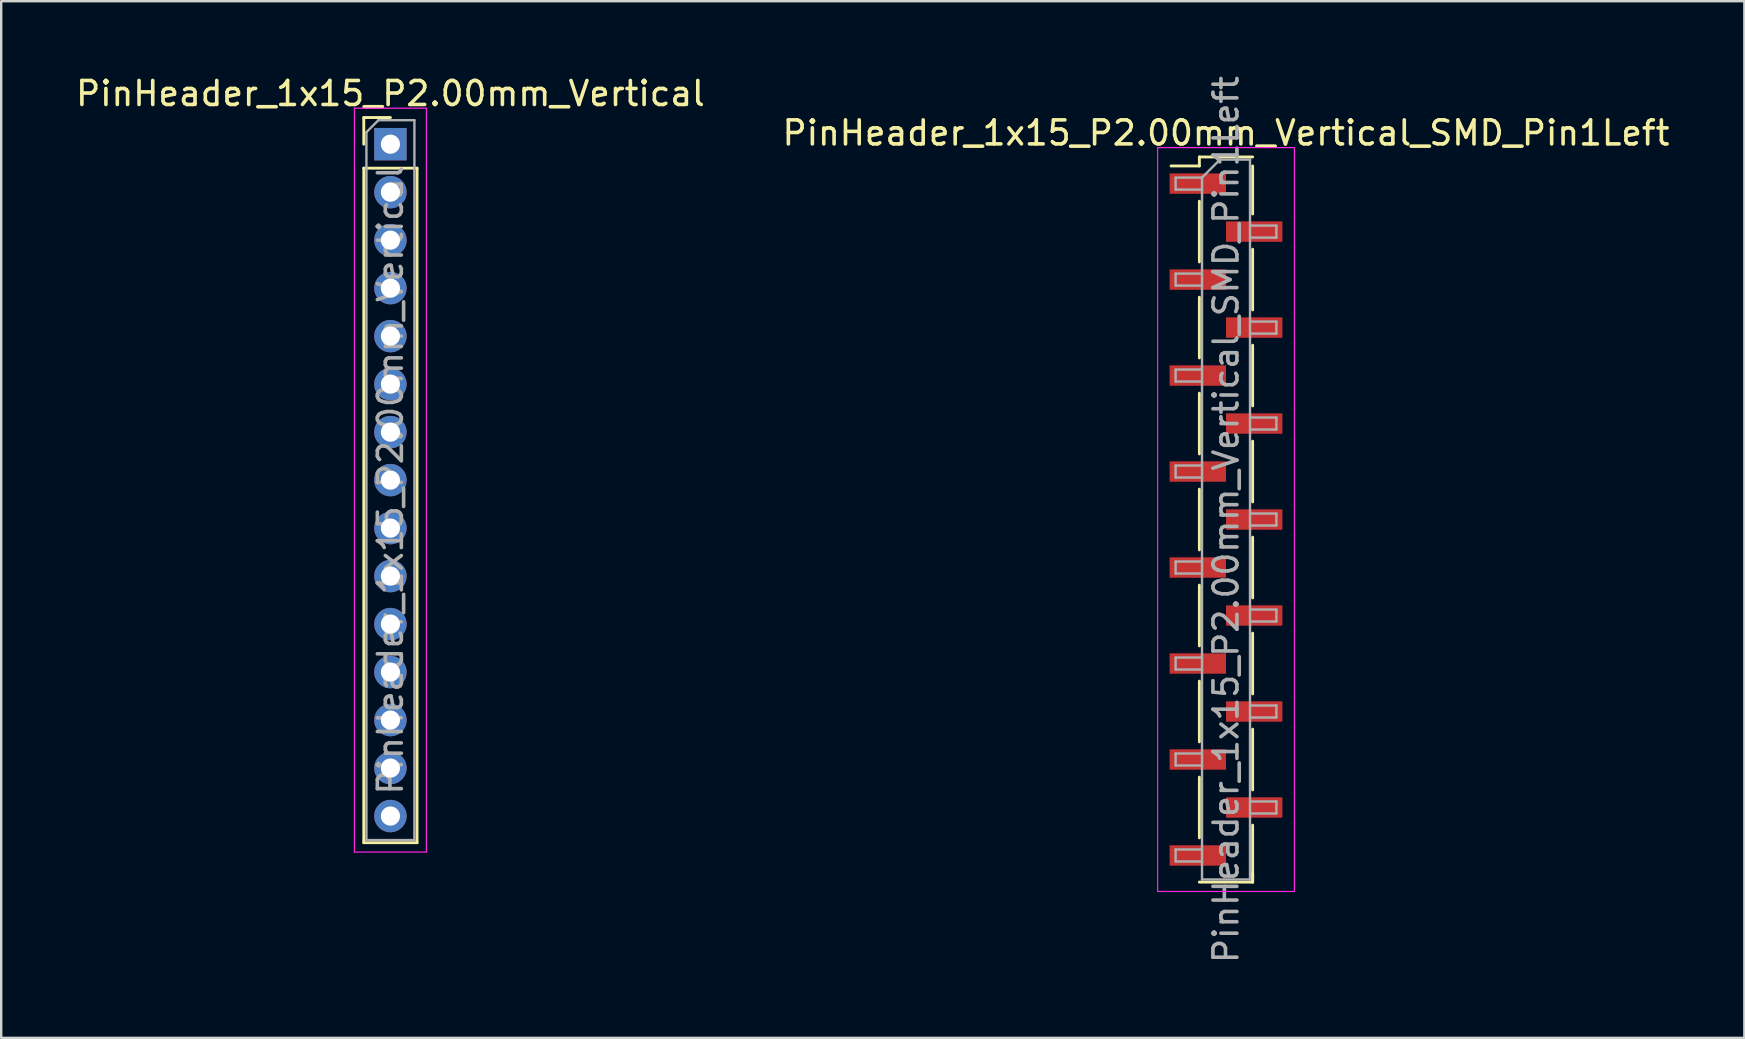
<source format=kicad_pcb>
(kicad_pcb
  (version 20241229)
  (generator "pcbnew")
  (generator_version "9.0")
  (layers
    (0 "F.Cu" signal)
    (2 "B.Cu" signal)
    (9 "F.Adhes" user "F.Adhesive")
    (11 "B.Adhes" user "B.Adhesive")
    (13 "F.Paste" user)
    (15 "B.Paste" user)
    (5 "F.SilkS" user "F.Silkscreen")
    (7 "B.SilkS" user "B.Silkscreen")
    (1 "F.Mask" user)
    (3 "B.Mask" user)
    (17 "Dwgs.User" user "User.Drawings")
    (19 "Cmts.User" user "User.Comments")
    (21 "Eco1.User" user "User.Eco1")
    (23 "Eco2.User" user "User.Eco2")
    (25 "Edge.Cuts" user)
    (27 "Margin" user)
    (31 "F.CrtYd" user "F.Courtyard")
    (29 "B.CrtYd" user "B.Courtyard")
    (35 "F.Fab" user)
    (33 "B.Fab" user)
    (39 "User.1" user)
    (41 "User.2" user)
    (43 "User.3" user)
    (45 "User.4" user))
  (footprint "PinHeader_1x15_P2.00mm_Vertical"
    (layer "F.Cu")
    (at 13.22 2.958)
    (property "Reference" "PinHeader_1x15_P2.00mm_Vertical" (at 0 -2.11 0) (layer "F.SilkS") (effects (font (size 1 1) (thickness 0.15))))
    (attr through_hole)
    (fp_line (start -1.11 -1.11) (end 0 -1.11) (stroke (width 0.12) (type solid)) (layer "F.SilkS"))
    (fp_line (start -1.11 0) (end -1.11 -1.11) (stroke (width 0.12) (type solid)) (layer "F.SilkS"))
    (fp_line (start -1.11 1) (end -1.11 29.11) (stroke (width 0.12) (type solid)) (layer "F.SilkS"))
    (fp_line (start -1.11 1) (end 1.11 1) (stroke (width 0.12) (type solid)) (layer "F.SilkS"))
    (fp_line (start -1.11 29.11) (end 1.11 29.11) (stroke (width 0.12) (type solid)) (layer "F.SilkS"))
    (fp_line (start 1.11 1) (end 1.11 29.11) (stroke (width 0.12) (type solid)) (layer "F.SilkS"))
    (fp_line (start -1.5 -1.5) (end -1.5 29.5) (stroke (width 0.05) (type solid)) (layer "F.CrtYd"))
    (fp_line (start -1.5 29.5) (end 1.5 29.5) (stroke (width 0.05) (type solid)) (layer "F.CrtYd"))
    (fp_line (start 1.5 -1.5) (end -1.5 -1.5) (stroke (width 0.05) (type solid)) (layer "F.CrtYd"))
    (fp_line (start 1.5 29.5) (end 1.5 -1.5) (stroke (width 0.05) (type solid)) (layer "F.CrtYd"))
    (fp_line (start -1 -0.5) (end -0.5 -1) (stroke (width 0.1) (type solid)) (layer "F.Fab"))
    (fp_line (start -1 29) (end -1 -0.5) (stroke (width 0.1) (type solid)) (layer "F.Fab"))
    (fp_line (start -0.5 -1) (end 1 -1) (stroke (width 0.1) (type solid)) (layer "F.Fab"))
    (fp_line (start 1 -1) (end 1 29) (stroke (width 0.1) (type solid)) (layer "F.Fab"))
    (fp_line (start 1 29) (end -1 29) (stroke (width 0.1) (type solid)) (layer "F.Fab"))
    (fp_text user "${REFERENCE}" (at 0 14 90) (layer "F.Fab") (effects (font (size 1 1) (thickness 0.15))))
    (pad "1" thru_hole rect (at 0 0) (size 1.35 1.35) (drill 0.8) (layers "*.Cu" "*.Mask"))
    (pad "2" thru_hole circle (at 0 2) (size 1.35 1.35) (drill 0.8) (layers "*.Cu" "*.Mask"))
    (pad "3" thru_hole circle (at 0 4) (size 1.35 1.35) (drill 0.8) (layers "*.Cu" "*.Mask"))
    (pad "4" thru_hole circle (at 0 6) (size 1.35 1.35) (drill 0.8) (layers "*.Cu" "*.Mask"))
    (pad "5" thru_hole circle (at 0 8) (size 1.35 1.35) (drill 0.8) (layers "*.Cu" "*.Mask"))
    (pad "6" thru_hole circle (at 0 10) (size 1.35 1.35) (drill 0.8) (layers "*.Cu" "*.Mask"))
    (pad "7" thru_hole circle (at 0 12) (size 1.35 1.35) (drill 0.8) (layers "*.Cu" "*.Mask"))
    (pad "8" thru_hole circle (at 0 14) (size 1.35 1.35) (drill 0.8) (layers "*.Cu" "*.Mask"))
    (pad "9" thru_hole circle (at 0 16) (size 1.35 1.35) (drill 0.8) (layers "*.Cu" "*.Mask"))
    (pad "10" thru_hole circle (at 0 18) (size 1.35 1.35) (drill 0.8) (layers "*.Cu" "*.Mask"))
    (pad "11" thru_hole circle (at 0 20) (size 1.35 1.35) (drill 0.8) (layers "*.Cu" "*.Mask"))
    (pad "12" thru_hole circle (at 0 22) (size 1.35 1.35) (drill 0.8) (layers "*.Cu" "*.Mask"))
    (pad "13" thru_hole circle (at 0 24) (size 1.35 1.35) (drill 0.8) (layers "*.Cu" "*.Mask"))
    (pad "14" thru_hole circle (at 0 26) (size 1.35 1.35) (drill 0.8) (layers "*.Cu" "*.Mask"))
    (pad "15" thru_hole circle (at 0 28) (size 1.35 1.35) (drill 0.8) (layers "*.Cu" "*.Mask")))
  (footprint "PinHeader_1x15_P2.00mm_Vertical_SMD_Pin1Left"
    (layer "F.Cu")
    (at 48.042 18.601)
    (property "Reference" "PinHeader_1x15_P2.00mm_Vertical_SMD_Pin1Left" (at 0 -16.11 0) (layer "F.SilkS") (effects (font (size 1 1) (thickness 0.15))))
    (attr smd)
    (fp_line (start -1.11 -15.11) (end -1.11 -14.735) (stroke (width 0.12) (type solid)) (layer "F.SilkS"))
    (fp_line (start -1.11 -15.11) (end 1.11 -15.11) (stroke (width 0.12) (type solid)) (layer "F.SilkS"))
    (fp_line (start -1.11 -14.735) (end -2.29 -14.735) (stroke (width 0.12) (type solid)) (layer "F.SilkS"))
    (fp_line (start -1.11 -13.265) (end -1.11 -10.735) (stroke (width 0.12) (type solid)) (layer "F.SilkS"))
    (fp_line (start -1.11 -9.265) (end -1.11 -6.735) (stroke (width 0.12) (type solid)) (layer "F.SilkS"))
    (fp_line (start -1.11 -5.265) (end -1.11 -2.735) (stroke (width 0.12) (type solid)) (layer "F.SilkS"))
    (fp_line (start -1.11 -1.265) (end -1.11 1.265) (stroke (width 0.12) (type solid)) (layer "F.SilkS"))
    (fp_line (start -1.11 2.735) (end -1.11 5.265) (stroke (width 0.12) (type solid)) (layer "F.SilkS"))
    (fp_line (start -1.11 6.735) (end -1.11 9.265) (stroke (width 0.12) (type solid)) (layer "F.SilkS"))
    (fp_line (start -1.11 10.735) (end -1.11 13.265) (stroke (width 0.12) (type solid)) (layer "F.SilkS"))
    (fp_line (start -1.11 15.11) (end 1.11 15.11) (stroke (width 0.12) (type solid)) (layer "F.SilkS"))
    (fp_line (start 1.11 -14.735) (end 1.11 -12.735) (stroke (width 0.12) (type solid)) (layer "F.SilkS"))
    (fp_line (start 1.11 -11.265) (end 1.11 -8.735) (stroke (width 0.12) (type solid)) (layer "F.SilkS"))
    (fp_line (start 1.11 -7.265) (end 1.11 -4.735) (stroke (width 0.12) (type solid)) (layer "F.SilkS"))
    (fp_line (start 1.11 -3.265) (end 1.11 -0.735) (stroke (width 0.12) (type solid)) (layer "F.SilkS"))
    (fp_line (start 1.11 0.735) (end 1.11 3.265) (stroke (width 0.12) (type solid)) (layer "F.SilkS"))
    (fp_line (start 1.11 4.735) (end 1.11 7.265) (stroke (width 0.12) (type solid)) (layer "F.SilkS"))
    (fp_line (start 1.11 8.735) (end 1.11 11.265) (stroke (width 0.12) (type solid)) (layer "F.SilkS"))
    (fp_line (start 1.11 12.735) (end 1.11 15.11) (stroke (width 0.12) (type solid)) (layer "F.SilkS"))
    (fp_line (start 1.11 14.735) (end 1.11 15.11) (stroke (width 0.12) (type solid)) (layer "F.SilkS"))
    (fp_line (start -2.85 -15.5) (end -2.85 15.5) (stroke (width 0.05) (type solid)) (layer "F.CrtYd"))
    (fp_line (start -2.85 15.5) (end 2.85 15.5) (stroke (width 0.05) (type solid)) (layer "F.CrtYd"))
    (fp_line (start 2.85 -15.5) (end -2.85 -15.5) (stroke (width 0.05) (type solid)) (layer "F.CrtYd"))
    (fp_line (start 2.85 15.5) (end 2.85 -15.5) (stroke (width 0.05) (type solid)) (layer "F.CrtYd"))
    (fp_line (start -2.1 -14.25) (end -2.1 -13.75) (stroke (width 0.1) (type solid)) (layer "F.Fab"))
    (fp_line (start -2.1 -13.75) (end -1 -13.75) (stroke (width 0.1) (type solid)) (layer "F.Fab"))
    (fp_line (start -2.1 -10.25) (end -2.1 -9.75) (stroke (width 0.1) (type solid)) (layer "F.Fab"))
    (fp_line (start -2.1 -9.75) (end -1 -9.75) (stroke (width 0.1) (type solid)) (layer "F.Fab"))
    (fp_line (start -2.1 -6.25) (end -2.1 -5.75) (stroke (width 0.1) (type solid)) (layer "F.Fab"))
    (fp_line (start -2.1 -5.75) (end -1 -5.75) (stroke (width 0.1) (type solid)) (layer "F.Fab"))
    (fp_line (start -2.1 -2.25) (end -2.1 -1.75) (stroke (width 0.1) (type solid)) (layer "F.Fab"))
    (fp_line (start -2.1 -1.75) (end -1 -1.75) (stroke (width 0.1) (type solid)) (layer "F.Fab"))
    (fp_line (start -2.1 1.75) (end -2.1 2.25) (stroke (width 0.1) (type solid)) (layer "F.Fab"))
    (fp_line (start -2.1 2.25) (end -1 2.25) (stroke (width 0.1) (type solid)) (layer "F.Fab"))
    (fp_line (start -2.1 5.75) (end -2.1 6.25) (stroke (width 0.1) (type solid)) (layer "F.Fab"))
    (fp_line (start -2.1 6.25) (end -1 6.25) (stroke (width 0.1) (type solid)) (layer "F.Fab"))
    (fp_line (start -2.1 9.75) (end -2.1 10.25) (stroke (width 0.1) (type solid)) (layer "F.Fab"))
    (fp_line (start -2.1 10.25) (end -1 10.25) (stroke (width 0.1) (type solid)) (layer "F.Fab"))
    (fp_line (start -2.1 13.75) (end -2.1 14.25) (stroke (width 0.1) (type solid)) (layer "F.Fab"))
    (fp_line (start -2.1 14.25) (end -1 14.25) (stroke (width 0.1) (type solid)) (layer "F.Fab"))
    (fp_line (start -1 -14.25) (end -2.1 -14.25) (stroke (width 0.1) (type solid)) (layer "F.Fab"))
    (fp_line (start -1 -14.25) (end -0.25 -15) (stroke (width 0.1) (type solid)) (layer "F.Fab"))
    (fp_line (start -1 -10.25) (end -2.1 -10.25) (stroke (width 0.1) (type solid)) (layer "F.Fab"))
    (fp_line (start -1 -6.25) (end -2.1 -6.25) (stroke (width 0.1) (type solid)) (layer "F.Fab"))
    (fp_line (start -1 -2.25) (end -2.1 -2.25) (stroke (width 0.1) (type solid)) (layer "F.Fab"))
    (fp_line (start -1 1.75) (end -2.1 1.75) (stroke (width 0.1) (type solid)) (layer "F.Fab"))
    (fp_line (start -1 5.75) (end -2.1 5.75) (stroke (width 0.1) (type solid)) (layer "F.Fab"))
    (fp_line (start -1 9.75) (end -2.1 9.75) (stroke (width 0.1) (type solid)) (layer "F.Fab"))
    (fp_line (start -1 13.75) (end -2.1 13.75) (stroke (width 0.1) (type solid)) (layer "F.Fab"))
    (fp_line (start -1 15) (end -1 -14.25) (stroke (width 0.1) (type solid)) (layer "F.Fab"))
    (fp_line (start -0.25 -15) (end 1 -15) (stroke (width 0.1) (type solid)) (layer "F.Fab"))
    (fp_line (start 1 -15) (end 1 15) (stroke (width 0.1) (type solid)) (layer "F.Fab"))
    (fp_line (start 1 -12.25) (end 2.1 -12.25) (stroke (width 0.1) (type solid)) (layer "F.Fab"))
    (fp_line (start 1 -8.25) (end 2.1 -8.25) (stroke (width 0.1) (type solid)) (layer "F.Fab"))
    (fp_line (start 1 -4.25) (end 2.1 -4.25) (stroke (width 0.1) (type solid)) (layer "F.Fab"))
    (fp_line (start 1 -0.25) (end 2.1 -0.25) (stroke (width 0.1) (type solid)) (layer "F.Fab"))
    (fp_line (start 1 3.75) (end 2.1 3.75) (stroke (width 0.1) (type solid)) (layer "F.Fab"))
    (fp_line (start 1 7.75) (end 2.1 7.75) (stroke (width 0.1) (type solid)) (layer "F.Fab"))
    (fp_line (start 1 11.75) (end 2.1 11.75) (stroke (width 0.1) (type solid)) (layer "F.Fab"))
    (fp_line (start 1 15) (end -1 15) (stroke (width 0.1) (type solid)) (layer "F.Fab"))
    (fp_line (start 2.1 -12.25) (end 2.1 -11.75) (stroke (width 0.1) (type solid)) (layer "F.Fab"))
    (fp_line (start 2.1 -11.75) (end 1 -11.75) (stroke (width 0.1) (type solid)) (layer "F.Fab"))
    (fp_line (start 2.1 -8.25) (end 2.1 -7.75) (stroke (width 0.1) (type solid)) (layer "F.Fab"))
    (fp_line (start 2.1 -7.75) (end 1 -7.75) (stroke (width 0.1) (type solid)) (layer "F.Fab"))
    (fp_line (start 2.1 -4.25) (end 2.1 -3.75) (stroke (width 0.1) (type solid)) (layer "F.Fab"))
    (fp_line (start 2.1 -3.75) (end 1 -3.75) (stroke (width 0.1) (type solid)) (layer "F.Fab"))
    (fp_line (start 2.1 -0.25) (end 2.1 0.25) (stroke (width 0.1) (type solid)) (layer "F.Fab"))
    (fp_line (start 2.1 0.25) (end 1 0.25) (stroke (width 0.1) (type solid)) (layer "F.Fab"))
    (fp_line (start 2.1 3.75) (end 2.1 4.25) (stroke (width 0.1) (type solid)) (layer "F.Fab"))
    (fp_line (start 2.1 4.25) (end 1 4.25) (stroke (width 0.1) (type solid)) (layer "F.Fab"))
    (fp_line (start 2.1 7.75) (end 2.1 8.25) (stroke (width 0.1) (type solid)) (layer "F.Fab"))
    (fp_line (start 2.1 8.25) (end 1 8.25) (stroke (width 0.1) (type solid)) (layer "F.Fab"))
    (fp_line (start 2.1 11.75) (end 2.1 12.25) (stroke (width 0.1) (type solid)) (layer "F.Fab"))
    (fp_line (start 2.1 12.25) (end 1 12.25) (stroke (width 0.1) (type solid)) (layer "F.Fab"))
    (fp_text user "${REFERENCE}" (at 0 0 90) (layer "F.Fab") (effects (font (size 1 1) (thickness 0.15))))
    (pad "1" smd rect (at -1.175 -14) (size 2.35 0.85) (layers "F.Cu" "F.Mask" "F.Paste"))
    (pad "2" smd rect (at 1.175 -12) (size 2.35 0.85) (layers "F.Cu" "F.Mask" "F.Paste"))
    (pad "3" smd rect (at -1.175 -10) (size 2.35 0.85) (layers "F.Cu" "F.Mask" "F.Paste"))
    (pad "4" smd rect (at 1.175 -8) (size 2.35 0.85) (layers "F.Cu" "F.Mask" "F.Paste"))
    (pad "5" smd rect (at -1.175 -6) (size 2.35 0.85) (layers "F.Cu" "F.Mask" "F.Paste"))
    (pad "6" smd rect (at 1.175 -4) (size 2.35 0.85) (layers "F.Cu" "F.Mask" "F.Paste"))
    (pad "7" smd rect (at -1.175 -2) (size 2.35 0.85) (layers "F.Cu" "F.Mask" "F.Paste"))
    (pad "8" smd rect (at 1.175 0) (size 2.35 0.85) (layers "F.Cu" "F.Mask" "F.Paste"))
    (pad "9" smd rect (at -1.175 2) (size 2.35 0.85) (layers "F.Cu" "F.Mask" "F.Paste"))
    (pad "10" smd rect (at 1.175 4) (size 2.35 0.85) (layers "F.Cu" "F.Mask" "F.Paste"))
    (pad "11" smd rect (at -1.175 6) (size 2.35 0.85) (layers "F.Cu" "F.Mask" "F.Paste"))
    (pad "12" smd rect (at 1.175 8) (size 2.35 0.85) (layers "F.Cu" "F.Mask" "F.Paste"))
    (pad "13" smd rect (at -1.175 10) (size 2.35 0.85) (layers "F.Cu" "F.Mask" "F.Paste"))
    (pad "14" smd rect (at 1.175 12) (size 2.35 0.85) (layers "F.Cu" "F.Mask" "F.Paste"))
    (pad "15" smd rect (at -1.175 14) (size 2.35 0.85) (layers "F.Cu" "F.Mask" "F.Paste")))
  (gr_rect
    (start -3 -3)
    (end 69.643 40.202)
    (stroke (width 0.1) (type default))
    (fill no)
    (layer "Edge.Cuts")))
</source>
